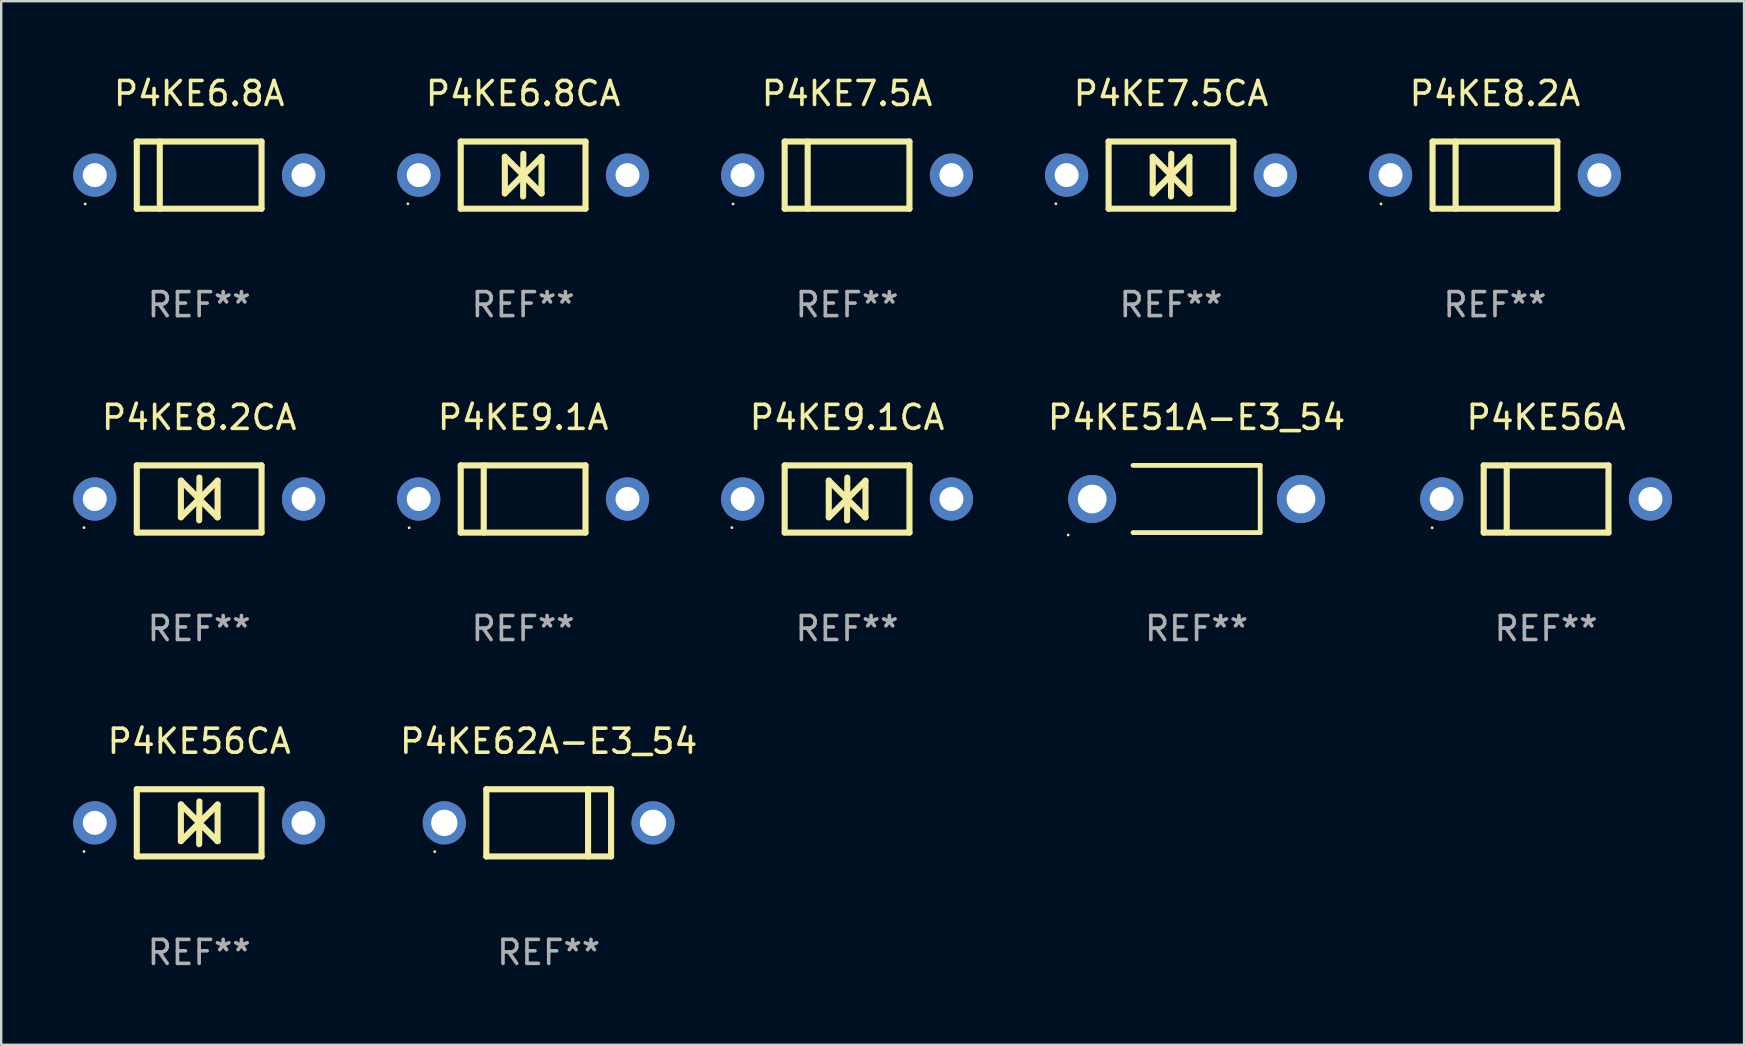
<source format=kicad_pcb>
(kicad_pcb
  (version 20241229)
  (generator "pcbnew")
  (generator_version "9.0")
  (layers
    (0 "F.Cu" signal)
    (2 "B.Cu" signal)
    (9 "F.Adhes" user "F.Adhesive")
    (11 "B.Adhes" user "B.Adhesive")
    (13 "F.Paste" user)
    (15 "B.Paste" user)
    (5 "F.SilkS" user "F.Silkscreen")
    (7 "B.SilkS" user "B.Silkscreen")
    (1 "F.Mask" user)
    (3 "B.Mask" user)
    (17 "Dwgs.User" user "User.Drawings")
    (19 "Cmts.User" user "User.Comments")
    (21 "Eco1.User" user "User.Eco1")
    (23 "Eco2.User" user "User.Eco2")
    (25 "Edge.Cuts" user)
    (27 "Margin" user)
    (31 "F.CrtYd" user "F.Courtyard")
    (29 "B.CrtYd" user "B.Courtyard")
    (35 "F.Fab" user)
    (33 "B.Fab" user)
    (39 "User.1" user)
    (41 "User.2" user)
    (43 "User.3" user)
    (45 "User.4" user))
  (footprint "P4KE6.8A"
    (layer "F.Cu")
    (at 5.25 4.248)
    (property "Reference" "P4KE6.8A" (at 0 -3.4 0) (layer "F.SilkS") (effects (font (size 1 1) (thickness 0.15))))
    (attr through_hole)
    (fp_line (start -2.6 -1.4) (end -2.6 1.4) (stroke (width 0.254) (type solid)) (layer "F.SilkS"))
    (fp_line (start -2.6 -1.4) (end 2.6 -1.4) (stroke (width 0.254) (type solid)) (layer "F.SilkS"))
    (fp_line (start -2.6 1.4) (end 2.6 1.4) (stroke (width 0.254) (type solid)) (layer "F.SilkS"))
    (fp_line (start -1.641 -1.4) (end -1.641 1.4) (stroke (width 0.254) (type solid)) (layer "F.SilkS"))
    (fp_line (start 2.6 -1.4) (end 2.6 1.4) (stroke (width 0.254) (type solid)) (layer "F.SilkS"))
    (fp_circle (center -4.75 1.2) (end -4.72 1.2) (stroke (width 0.06) (type solid)) (fill no) (layer "F.SilkS"))
    (fp_text user "REF**" (at 0 5.4 0) (layer "F.Fab") (effects (font (size 1 1) (thickness 0.15))))
    (pad "1" thru_hole circle (at -4.35 0) (size 1.8 1.8) (drill 1) (layers "*.Cu" "*.Mask"))
    (pad "2" thru_hole circle (at 4.35 0) (size 1.8 1.8) (drill 1) (layers "*.Cu" "*.Mask")))
  (footprint "P4KE7.5CA"
    (layer "F.Cu")
    (at 45.75 4.248)
    (property "Reference" "P4KE7.5CA" (at 0 -3.4 0) (layer "F.SilkS") (effects (font (size 1 1) (thickness 0.15))))
    (attr through_hole)
    (fp_line (start -2.6 1.4) (end -2.6 -1.4) (stroke (width 0.254) (type solid)) (layer "F.SilkS"))
    (fp_line (start -0.762 -0.762) (end -0.762 0.762) (stroke (width 0.254) (type solid)) (layer "F.SilkS"))
    (fp_line (start -0.762 0.762) (end 0.006 -0.006) (stroke (width 0.254) (type solid)) (layer "F.SilkS"))
    (fp_line (start -0.755 -0.762) (end -0.762 -0.762) (stroke (width 0.254) (type solid)) (layer "F.SilkS"))
    (fp_line (start -0.001 0.004) (end -0.001 0.095) (stroke (width 0.254) (type solid)) (layer "F.SilkS"))
    (fp_line (start 0 0) (end 0.761 0.761) (stroke (width 0.254) (type solid)) (layer "F.SilkS"))
    (fp_line (start 0 0.889) (end 0.01 -0.892) (stroke (width 0.254) (type solid)) (layer "F.SilkS"))
    (fp_line (start 0.005 -0.001) (end -0.755 -0.762) (stroke (width 0.254) (type solid)) (layer "F.SilkS"))
    (fp_line (start 0.006 -0.006) (end 0.006 -0.096) (stroke (width 0.254) (type solid)) (layer "F.SilkS"))
    (fp_line (start 0.761 0.761) (end 0.767 0.761) (stroke (width 0.254) (type solid)) (layer "F.SilkS"))
    (fp_line (start 0.767 -0.763) (end -0.001 0.004) (stroke (width 0.254) (type solid)) (layer "F.SilkS"))
    (fp_line (start 0.767 0.761) (end 0.767 -0.763) (stroke (width 0.254) (type solid)) (layer "F.SilkS"))
    (fp_line (start 2.6 -1.4) (end -2.6 -1.4) (stroke (width 0.254) (type solid)) (layer "F.SilkS"))
    (fp_line (start 2.6 1.4) (end -2.6 1.4) (stroke (width 0.254) (type solid)) (layer "F.SilkS"))
    (fp_line (start 2.6 1.4) (end 2.6 -1.4) (stroke (width 0.254) (type solid)) (layer "F.SilkS"))
    (fp_circle (center -4.8 1.194) (end -4.77 1.194) (stroke (width 0.06) (type solid)) (fill no) (layer "F.SilkS"))
    (fp_text user "REF**" (at 0 5.4 0) (layer "F.Fab") (effects (font (size 1 1) (thickness 0.15))))
    (pad "1" thru_hole circle (at -4.35 0) (size 1.8 1.8) (drill 1) (layers "*.Cu" "*.Mask"))
    (pad "2" thru_hole circle (at 4.35 0) (size 1.8 1.8) (drill 1) (layers "*.Cu" "*.Mask")))
  (footprint "P4KE56CA"
    (layer "F.Cu")
    (at 5.25 31.241)
    (property "Reference" "P4KE56CA" (at 0 -3.4 0) (layer "F.SilkS") (effects (font (size 1 1) (thickness 0.15))))
    (attr through_hole)
    (fp_line (start -2.6 1.4) (end -2.6 -1.4) (stroke (width 0.254) (type solid)) (layer "F.SilkS"))
    (fp_line (start -0.762 -0.762) (end -0.762 0.762) (stroke (width 0.254) (type solid)) (layer "F.SilkS"))
    (fp_line (start -0.762 0.762) (end 0.006 -0.006) (stroke (width 0.254) (type solid)) (layer "F.SilkS"))
    (fp_line (start -0.755 -0.762) (end -0.762 -0.762) (stroke (width 0.254) (type solid)) (layer "F.SilkS"))
    (fp_line (start -0.001 0.004) (end -0.001 0.095) (stroke (width 0.254) (type solid)) (layer "F.SilkS"))
    (fp_line (start 0 0) (end 0.761 0.761) (stroke (width 0.254) (type solid)) (layer "F.SilkS"))
    (fp_line (start 0 0.889) (end 0.01 -0.892) (stroke (width 0.254) (type solid)) (layer "F.SilkS"))
    (fp_line (start 0.005 -0.001) (end -0.755 -0.762) (stroke (width 0.254) (type solid)) (layer "F.SilkS"))
    (fp_line (start 0.006 -0.006) (end 0.006 -0.096) (stroke (width 0.254) (type solid)) (layer "F.SilkS"))
    (fp_line (start 0.761 0.761) (end 0.767 0.761) (stroke (width 0.254) (type solid)) (layer "F.SilkS"))
    (fp_line (start 0.767 -0.763) (end -0.001 0.004) (stroke (width 0.254) (type solid)) (layer "F.SilkS"))
    (fp_line (start 0.767 0.761) (end 0.767 -0.763) (stroke (width 0.254) (type solid)) (layer "F.SilkS"))
    (fp_line (start 2.6 -1.4) (end -2.6 -1.4) (stroke (width 0.254) (type solid)) (layer "F.SilkS"))
    (fp_line (start 2.6 1.4) (end -2.6 1.4) (stroke (width 0.254) (type solid)) (layer "F.SilkS"))
    (fp_line (start 2.6 1.4) (end 2.6 -1.4) (stroke (width 0.254) (type solid)) (layer "F.SilkS"))
    (fp_circle (center -4.8 1.194) (end -4.77 1.194) (stroke (width 0.06) (type solid)) (fill no) (layer "F.SilkS"))
    (fp_text user "REF**" (at 0 5.4 0) (layer "F.Fab") (effects (font (size 1 1) (thickness 0.15))))
    (pad "1" thru_hole circle (at -4.35 0) (size 1.8 1.8) (drill 1) (layers "*.Cu" "*.Mask"))
    (pad "2" thru_hole circle (at 4.35 0) (size 1.8 1.8) (drill 1) (layers "*.Cu" "*.Mask")))
  (footprint "P4KE9.1CA"
    (layer "F.Cu")
    (at 32.25 17.745)
    (property "Reference" "P4KE9.1CA" (at 0 -3.4 0) (layer "F.SilkS") (effects (font (size 1 1) (thickness 0.15))))
    (attr through_hole)
    (fp_line (start -2.6 1.4) (end -2.6 -1.4) (stroke (width 0.254) (type solid)) (layer "F.SilkS"))
    (fp_line (start -0.762 -0.762) (end -0.762 0.762) (stroke (width 0.254) (type solid)) (layer "F.SilkS"))
    (fp_line (start -0.762 0.762) (end 0.006 -0.006) (stroke (width 0.254) (type solid)) (layer "F.SilkS"))
    (fp_line (start -0.755 -0.762) (end -0.762 -0.762) (stroke (width 0.254) (type solid)) (layer "F.SilkS"))
    (fp_line (start -0.001 0.004) (end -0.001 0.095) (stroke (width 0.254) (type solid)) (layer "F.SilkS"))
    (fp_line (start 0 0) (end 0.761 0.761) (stroke (width 0.254) (type solid)) (layer "F.SilkS"))
    (fp_line (start 0 0.889) (end 0.01 -0.892) (stroke (width 0.254) (type solid)) (layer "F.SilkS"))
    (fp_line (start 0.005 -0.001) (end -0.755 -0.762) (stroke (width 0.254) (type solid)) (layer "F.SilkS"))
    (fp_line (start 0.006 -0.006) (end 0.006 -0.096) (stroke (width 0.254) (type solid)) (layer "F.SilkS"))
    (fp_line (start 0.761 0.761) (end 0.767 0.761) (stroke (width 0.254) (type solid)) (layer "F.SilkS"))
    (fp_line (start 0.767 -0.763) (end -0.001 0.004) (stroke (width 0.254) (type solid)) (layer "F.SilkS"))
    (fp_line (start 0.767 0.761) (end 0.767 -0.763) (stroke (width 0.254) (type solid)) (layer "F.SilkS"))
    (fp_line (start 2.6 -1.4) (end -2.6 -1.4) (stroke (width 0.254) (type solid)) (layer "F.SilkS"))
    (fp_line (start 2.6 1.4) (end -2.6 1.4) (stroke (width 0.254) (type solid)) (layer "F.SilkS"))
    (fp_line (start 2.6 1.4) (end 2.6 -1.4) (stroke (width 0.254) (type solid)) (layer "F.SilkS"))
    (fp_circle (center -4.8 1.194) (end -4.77 1.194) (stroke (width 0.06) (type solid)) (fill no) (layer "F.SilkS"))
    (fp_text user "REF**" (at 0 5.4 0) (layer "F.Fab") (effects (font (size 1 1) (thickness 0.15))))
    (pad "1" thru_hole circle (at -4.35 0) (size 1.8 1.8) (drill 1) (layers "*.Cu" "*.Mask"))
    (pad "2" thru_hole circle (at 4.35 0) (size 1.8 1.8) (drill 1) (layers "*.Cu" "*.Mask")))
  (footprint "P4KE9.1A"
    (layer "F.Cu")
    (at 18.75 17.745)
    (property "Reference" "P4KE9.1A" (at 0 -3.4 0) (layer "F.SilkS") (effects (font (size 1 1) (thickness 0.15))))
    (attr through_hole)
    (fp_line (start -2.6 -1.4) (end -2.6 1.4) (stroke (width 0.254) (type solid)) (layer "F.SilkS"))
    (fp_line (start -2.6 -1.4) (end 2.6 -1.4) (stroke (width 0.254) (type solid)) (layer "F.SilkS"))
    (fp_line (start -2.6 1.4) (end 2.6 1.4) (stroke (width 0.254) (type solid)) (layer "F.SilkS"))
    (fp_line (start -1.641 -1.4) (end -1.641 1.4) (stroke (width 0.254) (type solid)) (layer "F.SilkS"))
    (fp_line (start 2.6 -1.4) (end 2.6 1.4) (stroke (width 0.254) (type solid)) (layer "F.SilkS"))
    (fp_circle (center -4.75 1.2) (end -4.72 1.2) (stroke (width 0.06) (type solid)) (fill no) (layer "F.SilkS"))
    (fp_text user "REF**" (at 0 5.4 0) (layer "F.Fab") (effects (font (size 1 1) (thickness 0.15))))
    (pad "1" thru_hole circle (at -4.35 0) (size 1.8 1.8) (drill 1) (layers "*.Cu" "*.Mask"))
    (pad "2" thru_hole circle (at 4.35 0) (size 1.8 1.8) (drill 1) (layers "*.Cu" "*.Mask")))
  (footprint "P4KE8.2CA"
    (layer "F.Cu")
    (at 5.25 17.745)
    (property "Reference" "P4KE8.2CA" (at 0 -3.4 0) (layer "F.SilkS") (effects (font (size 1 1) (thickness 0.15))))
    (attr through_hole)
    (fp_line (start -2.6 1.4) (end -2.6 -1.4) (stroke (width 0.254) (type solid)) (layer "F.SilkS"))
    (fp_line (start -0.762 -0.762) (end -0.762 0.762) (stroke (width 0.254) (type solid)) (layer "F.SilkS"))
    (fp_line (start -0.762 0.762) (end 0.006 -0.006) (stroke (width 0.254) (type solid)) (layer "F.SilkS"))
    (fp_line (start -0.755 -0.762) (end -0.762 -0.762) (stroke (width 0.254) (type solid)) (layer "F.SilkS"))
    (fp_line (start -0.001 0.004) (end -0.001 0.095) (stroke (width 0.254) (type solid)) (layer "F.SilkS"))
    (fp_line (start 0 0) (end 0.761 0.761) (stroke (width 0.254) (type solid)) (layer "F.SilkS"))
    (fp_line (start 0 0.889) (end 0.01 -0.892) (stroke (width 0.254) (type solid)) (layer "F.SilkS"))
    (fp_line (start 0.005 -0.001) (end -0.755 -0.762) (stroke (width 0.254) (type solid)) (layer "F.SilkS"))
    (fp_line (start 0.006 -0.006) (end 0.006 -0.096) (stroke (width 0.254) (type solid)) (layer "F.SilkS"))
    (fp_line (start 0.761 0.761) (end 0.767 0.761) (stroke (width 0.254) (type solid)) (layer "F.SilkS"))
    (fp_line (start 0.767 -0.763) (end -0.001 0.004) (stroke (width 0.254) (type solid)) (layer "F.SilkS"))
    (fp_line (start 0.767 0.761) (end 0.767 -0.763) (stroke (width 0.254) (type solid)) (layer "F.SilkS"))
    (fp_line (start 2.6 -1.4) (end -2.6 -1.4) (stroke (width 0.254) (type solid)) (layer "F.SilkS"))
    (fp_line (start 2.6 1.4) (end -2.6 1.4) (stroke (width 0.254) (type solid)) (layer "F.SilkS"))
    (fp_line (start 2.6 1.4) (end 2.6 -1.4) (stroke (width 0.254) (type solid)) (layer "F.SilkS"))
    (fp_circle (center -4.8 1.194) (end -4.77 1.194) (stroke (width 0.06) (type solid)) (fill no) (layer "F.SilkS"))
    (fp_text user "REF**" (at 0 5.4 0) (layer "F.Fab") (effects (font (size 1 1) (thickness 0.15))))
    (pad "1" thru_hole circle (at -4.35 0) (size 1.8 1.8) (drill 1) (layers "*.Cu" "*.Mask"))
    (pad "2" thru_hole circle (at 4.35 0) (size 1.8 1.8) (drill 1) (layers "*.Cu" "*.Mask")))
  (footprint "P4KE6.8CA"
    (layer "F.Cu")
    (at 18.75 4.248)
    (property "Reference" "P4KE6.8CA" (at 0 -3.4 0) (layer "F.SilkS") (effects (font (size 1 1) (thickness 0.15))))
    (attr through_hole)
    (fp_line (start -2.6 1.4) (end -2.6 -1.4) (stroke (width 0.254) (type solid)) (layer "F.SilkS"))
    (fp_line (start -0.762 -0.762) (end -0.762 0.762) (stroke (width 0.254) (type solid)) (layer "F.SilkS"))
    (fp_line (start -0.762 0.762) (end 0.006 -0.006) (stroke (width 0.254) (type solid)) (layer "F.SilkS"))
    (fp_line (start -0.755 -0.762) (end -0.762 -0.762) (stroke (width 0.254) (type solid)) (layer "F.SilkS"))
    (fp_line (start -0.001 0.004) (end -0.001 0.095) (stroke (width 0.254) (type solid)) (layer "F.SilkS"))
    (fp_line (start 0 0) (end 0.761 0.761) (stroke (width 0.254) (type solid)) (layer "F.SilkS"))
    (fp_line (start 0 0.889) (end 0.01 -0.892) (stroke (width 0.254) (type solid)) (layer "F.SilkS"))
    (fp_line (start 0.005 -0.001) (end -0.755 -0.762) (stroke (width 0.254) (type solid)) (layer "F.SilkS"))
    (fp_line (start 0.006 -0.006) (end 0.006 -0.096) (stroke (width 0.254) (type solid)) (layer "F.SilkS"))
    (fp_line (start 0.761 0.761) (end 0.767 0.761) (stroke (width 0.254) (type solid)) (layer "F.SilkS"))
    (fp_line (start 0.767 -0.763) (end -0.001 0.004) (stroke (width 0.254) (type solid)) (layer "F.SilkS"))
    (fp_line (start 0.767 0.761) (end 0.767 -0.763) (stroke (width 0.254) (type solid)) (layer "F.SilkS"))
    (fp_line (start 2.6 -1.4) (end -2.6 -1.4) (stroke (width 0.254) (type solid)) (layer "F.SilkS"))
    (fp_line (start 2.6 1.4) (end -2.6 1.4) (stroke (width 0.254) (type solid)) (layer "F.SilkS"))
    (fp_line (start 2.6 1.4) (end 2.6 -1.4) (stroke (width 0.254) (type solid)) (layer "F.SilkS"))
    (fp_circle (center -4.8 1.194) (end -4.77 1.194) (stroke (width 0.06) (type solid)) (fill no) (layer "F.SilkS"))
    (fp_text user "REF**" (at 0 5.4 0) (layer "F.Fab") (effects (font (size 1 1) (thickness 0.15))))
    (pad "1" thru_hole circle (at -4.35 0) (size 1.8 1.8) (drill 1) (layers "*.Cu" "*.Mask"))
    (pad "2" thru_hole circle (at 4.35 0) (size 1.8 1.8) (drill 1) (layers "*.Cu" "*.Mask")))
  (footprint "P4KE51A-E3_54"
    (layer "F.Cu")
    (at 46.816 17.745)
    (property "Reference" "P4KE51A-E3_54" (at 0 -3.4 0) (layer "F.SilkS") (effects (font (size 1 1) (thickness 0.15))))
    (attr through_hole)
    (fp_line (start -2.65 1.4) (end 2.65 1.4) (stroke (width 0.2) (type solid)) (layer "F.SilkS"))
    (fp_line (start 2.65 -1.4) (end -2.65 -1.4) (stroke (width 0.2) (type solid)) (layer "F.SilkS"))
    (fp_line (start 2.65 1.4) (end 2.65 -1.4) (stroke (width 0.2) (type solid)) (layer "F.SilkS"))
    (fp_circle (center -5.35 1.5) (end -5.32 1.5) (stroke (width 0.06) (type solid)) (fill no) (layer "F.SilkS"))
    (fp_text user "REF**" (at 0 5.4 0) (layer "F.Fab") (effects (font (size 1 1) (thickness 0.15))))
    (pad "1" thru_hole circle (at -4.35 0) (size 2 2) (drill 1.2) (layers "*.Cu" "*.Mask"))
    (pad "2" thru_hole circle (at 4.35 0) (size 2 2) (drill 1.2) (layers "*.Cu" "*.Mask")))
  (footprint "P4KE7.5A"
    (layer "F.Cu")
    (at 32.25 4.248)
    (property "Reference" "P4KE7.5A" (at 0 -3.4 0) (layer "F.SilkS") (effects (font (size 1 1) (thickness 0.15))))
    (attr through_hole)
    (fp_line (start -2.6 -1.4) (end -2.6 1.4) (stroke (width 0.254) (type solid)) (layer "F.SilkS"))
    (fp_line (start -2.6 -1.4) (end 2.6 -1.4) (stroke (width 0.254) (type solid)) (layer "F.SilkS"))
    (fp_line (start -2.6 1.4) (end 2.6 1.4) (stroke (width 0.254) (type solid)) (layer "F.SilkS"))
    (fp_line (start -1.641 -1.4) (end -1.641 1.4) (stroke (width 0.254) (type solid)) (layer "F.SilkS"))
    (fp_line (start 2.6 -1.4) (end 2.6 1.4) (stroke (width 0.254) (type solid)) (layer "F.SilkS"))
    (fp_circle (center -4.75 1.2) (end -4.72 1.2) (stroke (width 0.06) (type solid)) (fill no) (layer "F.SilkS"))
    (fp_text user "REF**" (at 0 5.4 0) (layer "F.Fab") (effects (font (size 1 1) (thickness 0.15))))
    (pad "1" thru_hole circle (at -4.35 0) (size 1.8 1.8) (drill 1) (layers "*.Cu" "*.Mask"))
    (pad "2" thru_hole circle (at 4.35 0) (size 1.8 1.8) (drill 1) (layers "*.Cu" "*.Mask")))
  (footprint "P4KE62A-E3_54"
    (layer "F.Cu")
    (at 19.816 31.241)
    (property "Reference" "P4KE62A-E3_54" (at 0 -3.4 0) (layer "F.SilkS") (effects (font (size 1 1) (thickness 0.15))))
    (attr through_hole)
    (fp_line (start -2.6 1.4) (end -2.6 -1.4) (stroke (width 0.254) (type solid)) (layer "F.SilkS"))
    (fp_line (start 1.641 1.4) (end 1.641 -1.4) (stroke (width 0.254) (type solid)) (layer "F.SilkS"))
    (fp_line (start 2.6 -1.4) (end -2.6 -1.4) (stroke (width 0.254) (type solid)) (layer "F.SilkS"))
    (fp_line (start 2.6 1.4) (end -2.6 1.4) (stroke (width 0.254) (type solid)) (layer "F.SilkS"))
    (fp_line (start 2.6 1.4) (end 2.6 -1.4) (stroke (width 0.254) (type solid)) (layer "F.SilkS"))
    (fp_circle (center -4.75 1.2) (end -4.72 1.2) (stroke (width 0.06) (type solid)) (fill no) (layer "F.SilkS"))
    (fp_text user "REF**" (at 0 5.4 0) (layer "F.Fab") (effects (font (size 1 1) (thickness 0.15))))
    (pad "1" thru_hole circle (at -4.35 0) (size 1.8 1.8) (drill 1.1) (layers "*.Cu" "*.Mask"))
    (pad "2" thru_hole circle (at 4.35 0) (size 1.8 1.8) (drill 1.1) (layers "*.Cu" "*.Mask")))
  (footprint "P4KE8.2A"
    (layer "F.Cu")
    (at 59.25 4.248)
    (property "Reference" "P4KE8.2A" (at 0 -3.4 0) (layer "F.SilkS") (effects (font (size 1 1) (thickness 0.15))))
    (attr through_hole)
    (fp_line (start -2.6 -1.4) (end -2.6 1.4) (stroke (width 0.254) (type solid)) (layer "F.SilkS"))
    (fp_line (start -2.6 -1.4) (end 2.6 -1.4) (stroke (width 0.254) (type solid)) (layer "F.SilkS"))
    (fp_line (start -2.6 1.4) (end 2.6 1.4) (stroke (width 0.254) (type solid)) (layer "F.SilkS"))
    (fp_line (start -1.641 -1.4) (end -1.641 1.4) (stroke (width 0.254) (type solid)) (layer "F.SilkS"))
    (fp_line (start 2.6 -1.4) (end 2.6 1.4) (stroke (width 0.254) (type solid)) (layer "F.SilkS"))
    (fp_circle (center -4.75 1.2) (end -4.72 1.2) (stroke (width 0.06) (type solid)) (fill no) (layer "F.SilkS"))
    (fp_text user "REF**" (at 0 5.4 0) (layer "F.Fab") (effects (font (size 1 1) (thickness 0.15))))
    (pad "1" thru_hole circle (at -4.35 0) (size 1.8 1.8) (drill 1) (layers "*.Cu" "*.Mask"))
    (pad "2" thru_hole circle (at 4.35 0) (size 1.8 1.8) (drill 1) (layers "*.Cu" "*.Mask")))
  (footprint "P4KE56A"
    (layer "F.Cu")
    (at 61.381 17.745)
    (property "Reference" "P4KE56A" (at 0 -3.4 0) (layer "F.SilkS") (effects (font (size 1 1) (thickness 0.15))))
    (attr through_hole)
    (fp_line (start -2.6 -1.4) (end -2.6 1.4) (stroke (width 0.254) (type solid)) (layer "F.SilkS"))
    (fp_line (start -2.6 -1.4) (end 2.6 -1.4) (stroke (width 0.254) (type solid)) (layer "F.SilkS"))
    (fp_line (start -2.6 1.4) (end 2.6 1.4) (stroke (width 0.254) (type solid)) (layer "F.SilkS"))
    (fp_line (start -1.641 -1.4) (end -1.641 1.4) (stroke (width 0.254) (type solid)) (layer "F.SilkS"))
    (fp_line (start 2.6 -1.4) (end 2.6 1.4) (stroke (width 0.254) (type solid)) (layer "F.SilkS"))
    (fp_circle (center -4.75 1.2) (end -4.72 1.2) (stroke (width 0.06) (type solid)) (fill no) (layer "F.SilkS"))
    (fp_text user "REF**" (at 0 5.4 0) (layer "F.Fab") (effects (font (size 1 1) (thickness 0.15))))
    (pad "1" thru_hole circle (at -4.35 0) (size 1.8 1.8) (drill 1) (layers "*.Cu" "*.Mask"))
    (pad "2" thru_hole circle (at 4.35 0) (size 1.8 1.8) (drill 1) (layers "*.Cu" "*.Mask")))
  (gr_rect
    (start -3 -3)
    (end 69.631 40.49)
    (stroke (width 0.1) (type default))
    (fill no)
    (layer "Edge.Cuts")))
</source>
